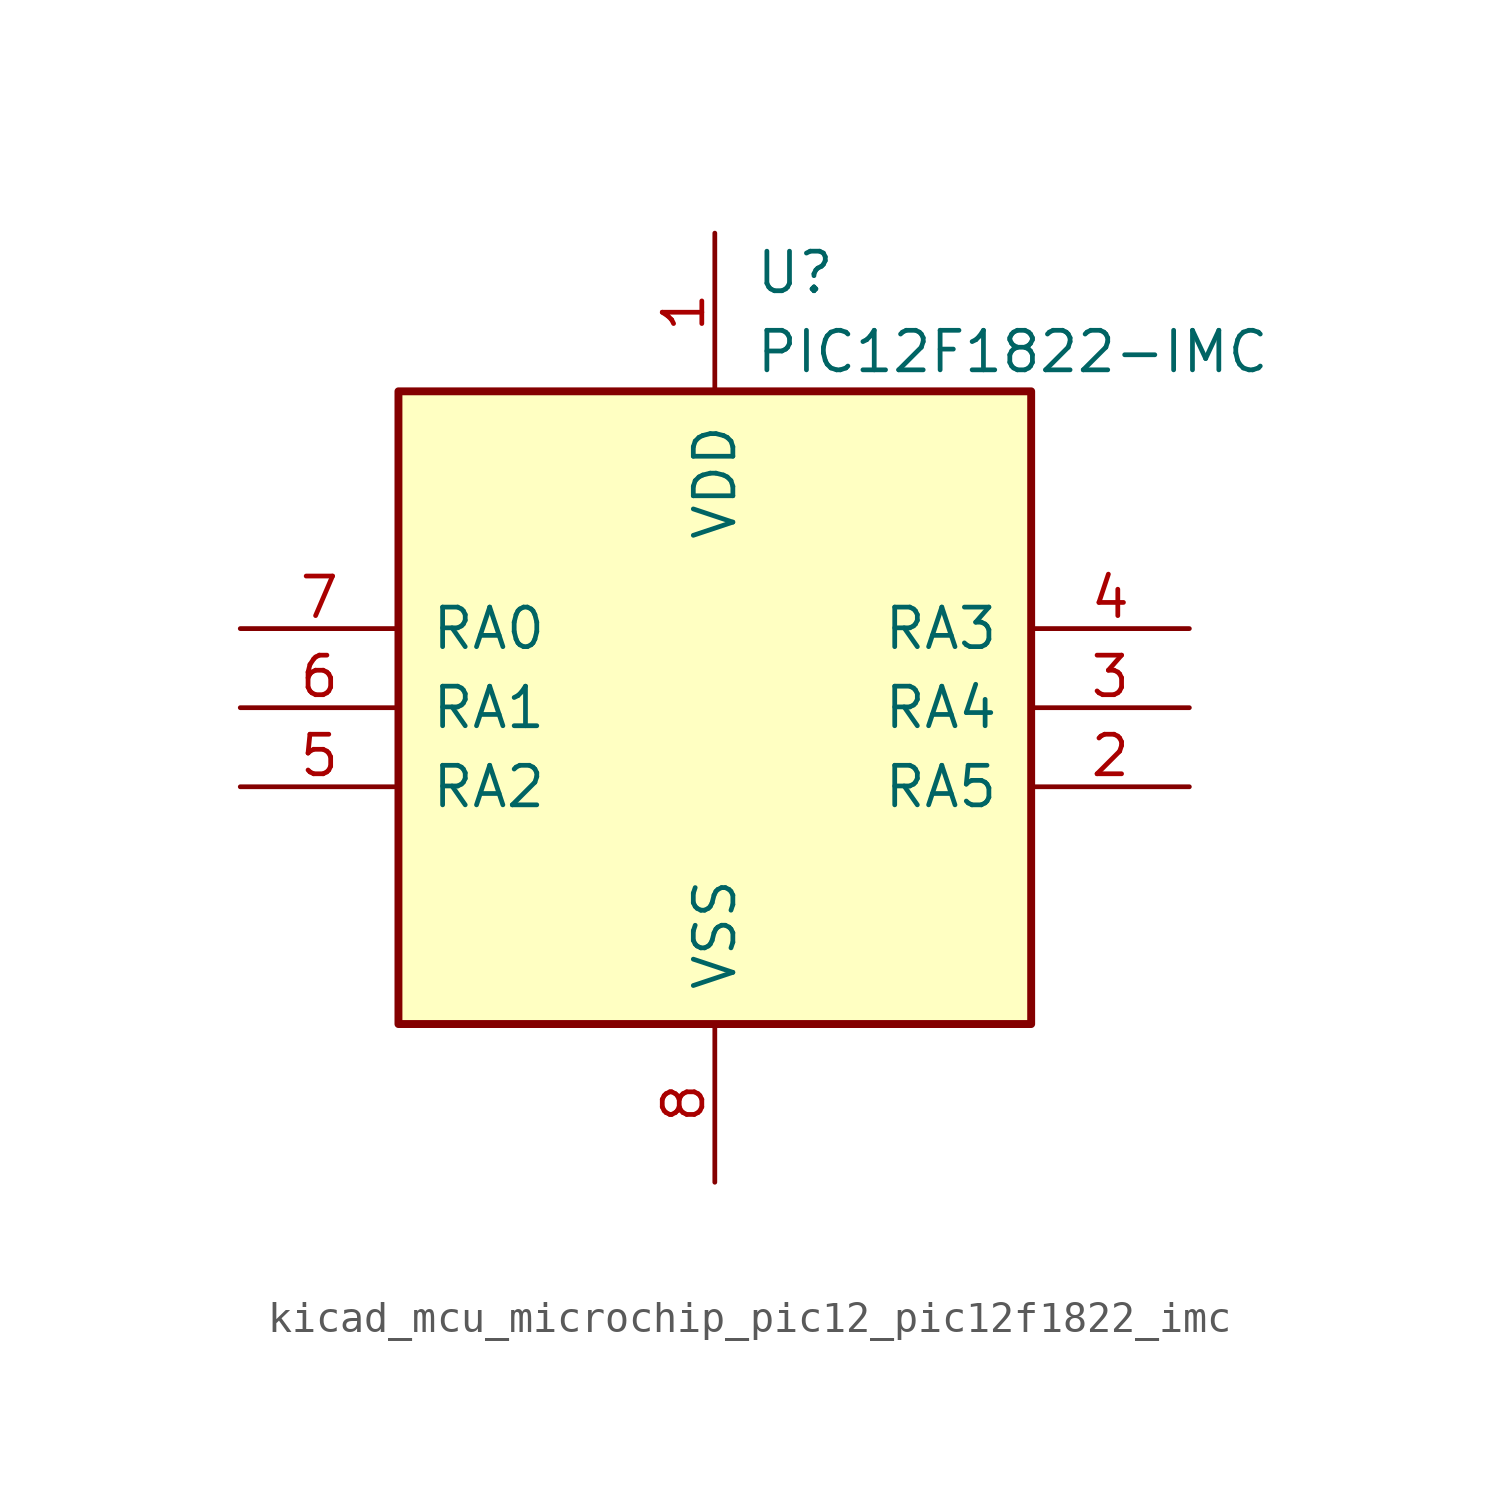
<source format=kicad_sym>
(kicad_symbol_lib
  (version 20220914)
  (generator kicad_symbol_editor)
  (symbol "kicad_mcu_microchip_pic12_pic12f1822_imc"
    (pin_names
      (offset 1.016))
    (property "Reference" "U"
      (at 1.27 13.97 0)
      (effects (font (size 1.27 1.27)) (justify left)))
    (property "Value" "PIC12F1822-IMC"
      (at 1.27 11.43 0)
      (effects (font (size 1.27 1.27)) (justify left)))
    (symbol "kicad_mcu_microchip_pic12_pic12f1822_imc_0_1"
      (rectangle (start 10.16 -10.16) (end -10.16 10.16) (stroke (width 0.254) (type default)) (fill (type background))))
    (symbol "kicad_mcu_microchip_pic12_pic12f1822_imc_1_1"
      (pin power_in line (at 0 15.24 270) (length 5.08) (name "VDD" (effects (font (size 1.27 1.27)))) (number "1" (effects (font (size 1.27 1.27)))))
      (pin bidirectional line (at 15.24 -2.54 180) (length 5.08) (name "RA5" (effects (font (size 1.27 1.27)))) (number "2" (effects (font (size 1.27 1.27)))))
      (pin bidirectional line (at 15.24 0 180) (length 5.08) (name "RA4" (effects (font (size 1.27 1.27)))) (number "3" (effects (font (size 1.27 1.27)))))
      (pin input line (at 15.24 2.54 180) (length 5.08) (name "RA3" (effects (font (size 1.27 1.27)))) (number "4" (effects (font (size 1.27 1.27)))))
      (pin bidirectional line (at -15.24 -2.54 0) (length 5.08) (name "RA2" (effects (font (size 1.27 1.27)))) (number "5" (effects (font (size 1.27 1.27)))))
      (pin bidirectional line (at -15.24 0 0) (length 5.08) (name "RA1" (effects (font (size 1.27 1.27)))) (number "6" (effects (font (size 1.27 1.27)))))
      (pin bidirectional line (at -15.24 2.54 0) (length 5.08) (name "RA0" (effects (font (size 1.27 1.27)))) (number "7" (effects (font (size 1.27 1.27)))))
      (pin power_in line (at 0 -15.24 90) (length 5.08) (name "VSS" (effects (font (size 1.27 1.27)))) (number "8" (effects (font (size 1.27 1.27))))))))
</source>
